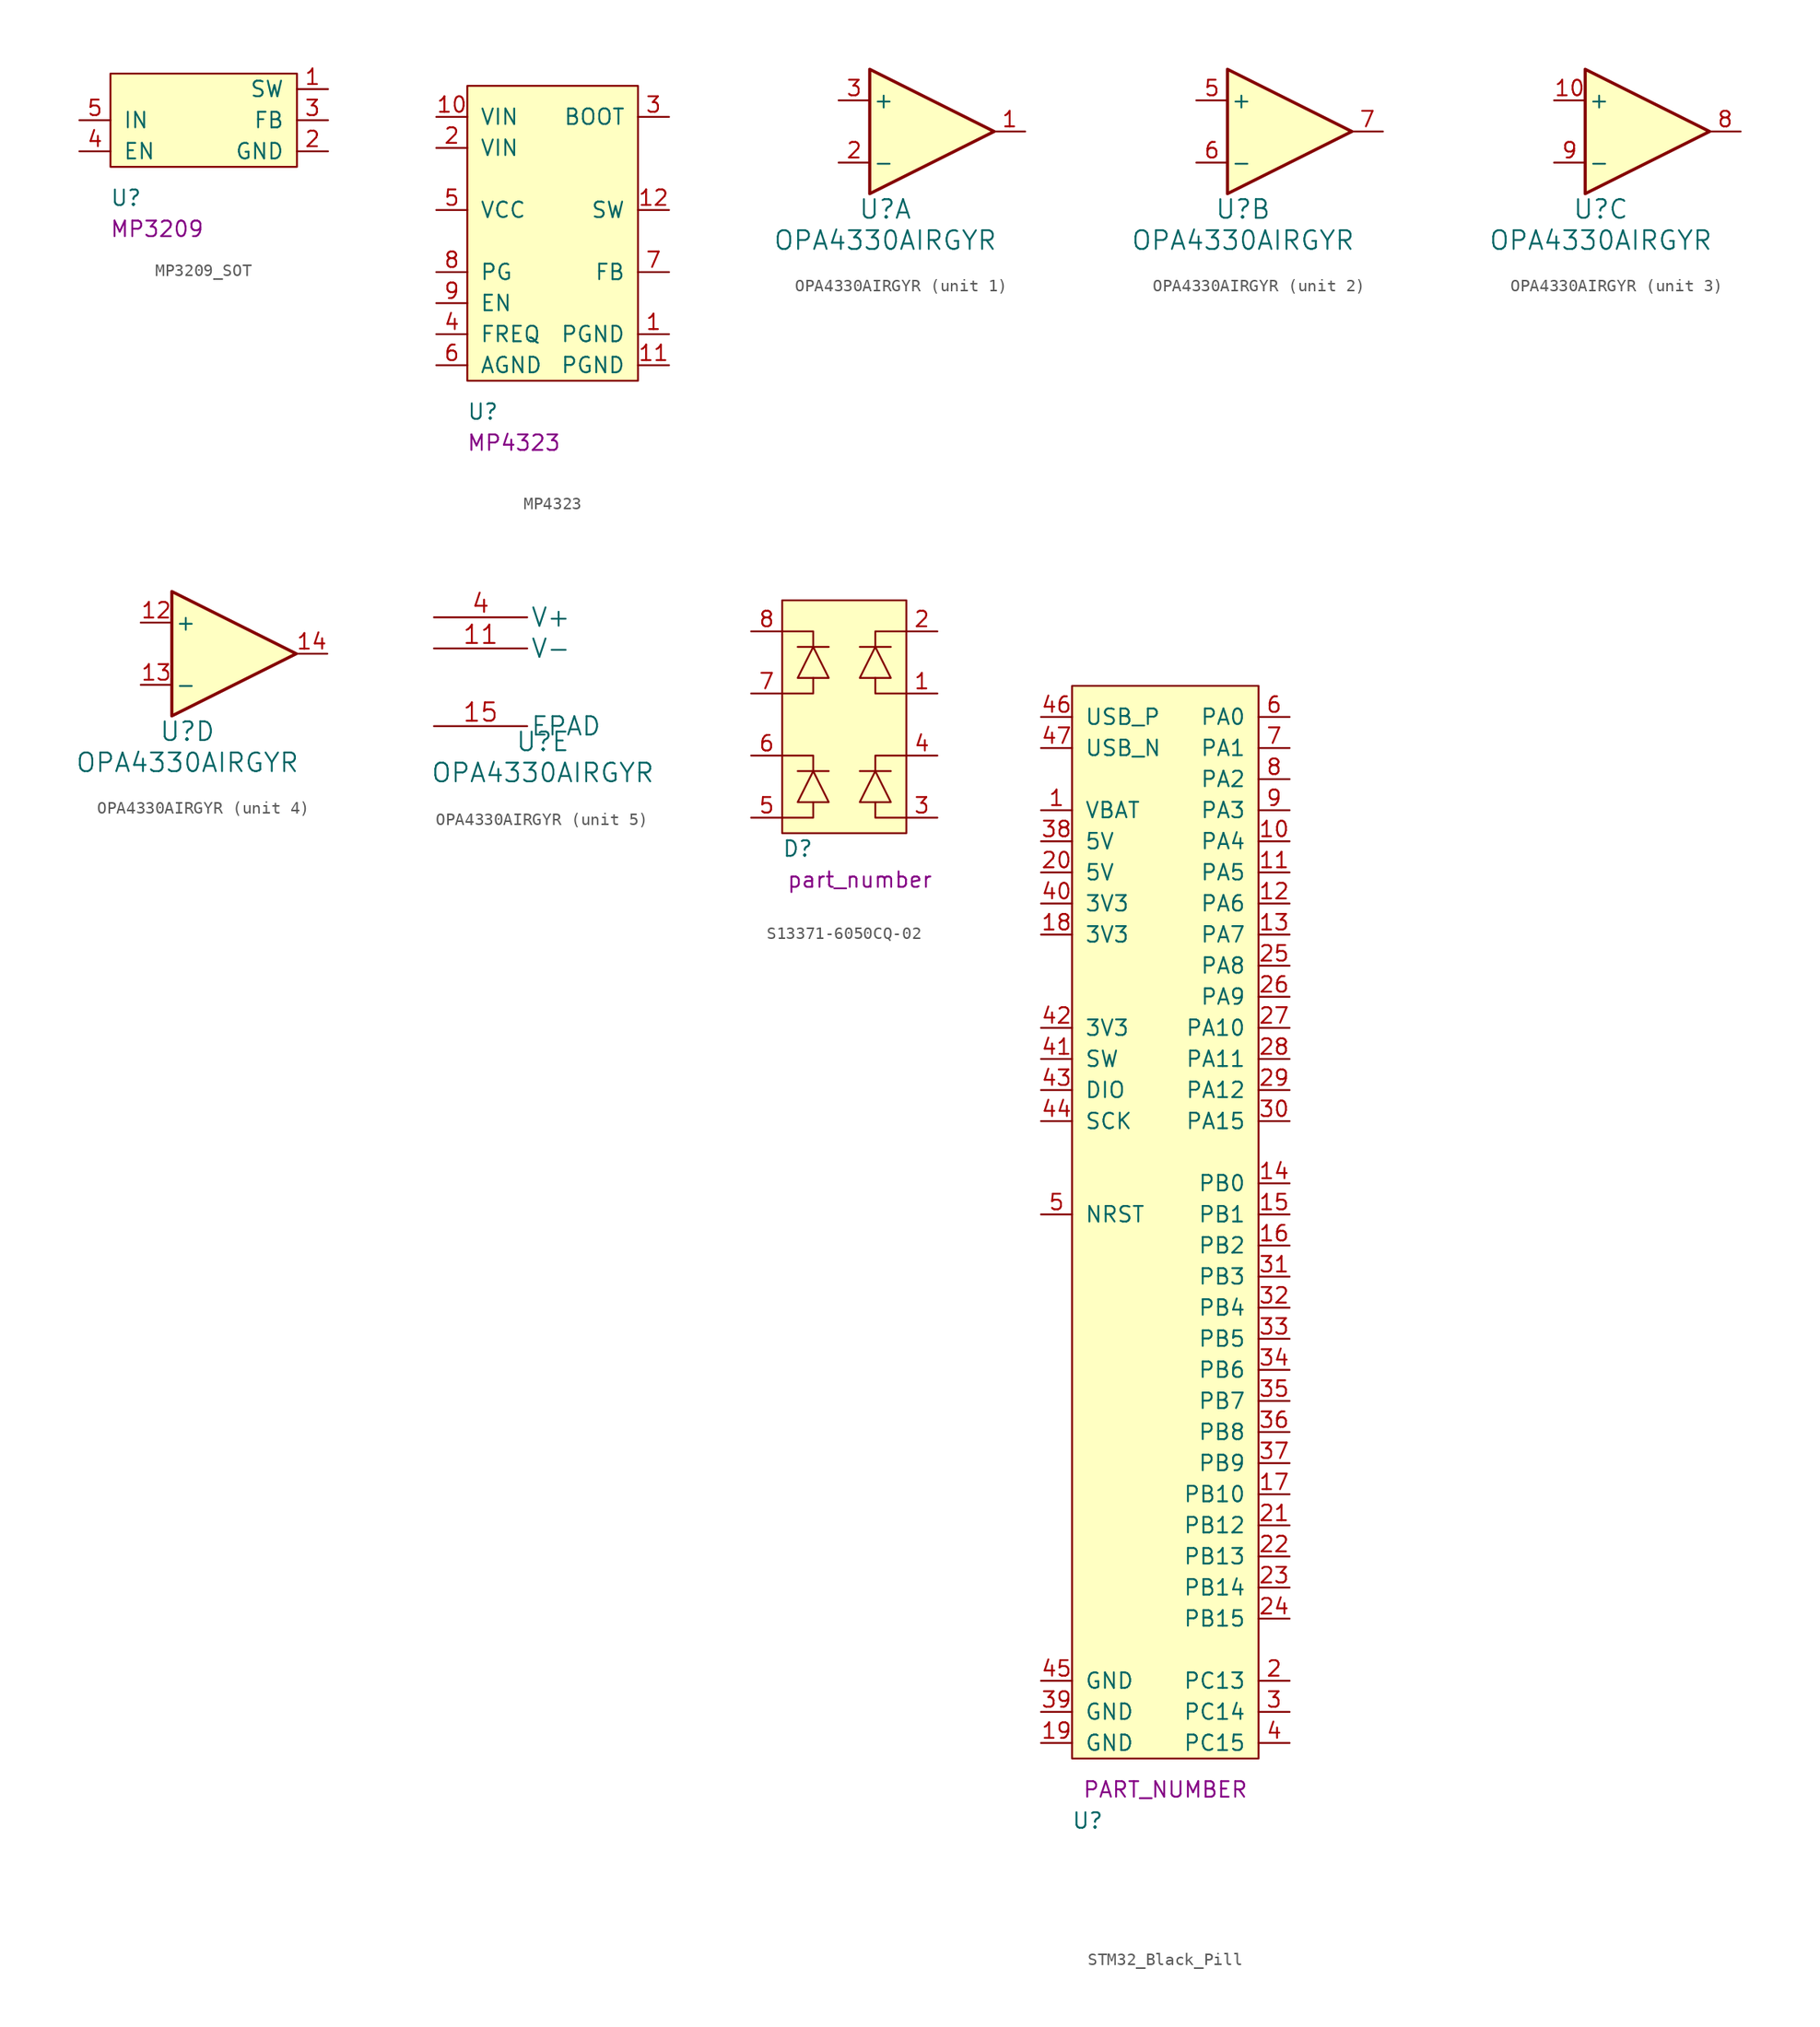
<source format=kicad_sym>
(kicad_symbol_lib
  (version 20220914)
  (generator kicad_symbol_editor)
  (symbol "MP3209_SOT"
    (pin_names
      (offset 1.016))
    (property "Reference" "U"
      (at 1.27 -2.54 0)
      (effects (font (size 1.27 1.27))))
    (property "manufacturer_part_number" "MP3209"
      (at 3.81 -5.08 0)
      (effects (font (size 1.27 1.27))))
    (symbol "MP3209_SOT_0_0"
      (pin bidirectional line (at 17.78 6.35 180) (length 2.54) (name "SW" (effects (font (size 1.27 1.27)))) (number "1" (effects (font (size 1.27 1.27)))))
      (pin bidirectional line (at 17.78 1.27 180) (length 2.54) (name "GND" (effects (font (size 1.27 1.27)))) (number "2" (effects (font (size 1.27 1.27)))))
      (pin bidirectional line (at 17.78 3.81 180) (length 2.54) (name "FB" (effects (font (size 1.27 1.27)))) (number "3" (effects (font (size 1.27 1.27)))))
      (pin bidirectional line (at -2.54 1.27 0) (length 2.54) (name "EN" (effects (font (size 1.27 1.27)))) (number "4" (effects (font (size 1.27 1.27)))))
      (pin bidirectional line (at -2.54 3.81 0) (length 2.54) (name "IN" (effects (font (size 1.27 1.27)))) (number "5" (effects (font (size 1.27 1.27))))))
    (symbol "MP3209_SOT_0_1"
      (rectangle (start 0 7.62) (end 15.24 0) (stroke (width 0) (type solid)) (fill (type background)))))
  (symbol "MP4323"
    (pin_names
      (offset 1.016))
    (property "Reference" "U"
      (at 1.27 -2.54 0)
      (effects (font (size 1.27 1.27))))
    (property "manufacturer_part_number" "MP4323"
      (at 3.81 -5.08 0)
      (effects (font (size 1.27 1.27))))
    (symbol "MP4323_0_0"
      (pin bidirectional line (at 16.51 3.81 180) (length 2.54) (name "PGND" (effects (font (size 1.27 1.27)))) (number "1" (effects (font (size 1.27 1.27)))))
      (pin bidirectional line (at -2.54 19.05 0) (length 2.54) (name "VIN" (effects (font (size 1.27 1.27)))) (number "2" (effects (font (size 1.27 1.27)))))
      (pin bidirectional line (at 16.51 21.59 180) (length 2.54) (name "BOOT" (effects (font (size 1.27 1.27)))) (number "3" (effects (font (size 1.27 1.27)))))
      (pin bidirectional line (at -2.54 3.81 0) (length 2.54) (name "FREQ" (effects (font (size 1.27 1.27)))) (number "4" (effects (font (size 1.27 1.27)))))
      (pin bidirectional line (at -2.54 13.97 0) (length 2.54) (name "VCC" (effects (font (size 1.27 1.27)))) (number "5" (effects (font (size 1.27 1.27))))))
    (symbol "MP4323_0_1"
      (rectangle (start 0 24.13) (end 13.97 0) (stroke (width 0) (type solid)) (fill (type background))))
    (symbol "MP4323_1_1"
      (pin bidirectional line (at -2.54 21.59 0) (length 2.54) (name "VIN" (effects (font (size 1.27 1.27)))) (number "10" (effects (font (size 1.27 1.27)))))
      (pin bidirectional line (at 16.51 1.27 180) (length 2.54) (name "PGND" (effects (font (size 1.27 1.27)))) (number "11" (effects (font (size 1.27 1.27)))))
      (pin bidirectional line (at 16.51 13.97 180) (length 2.54) (name "SW" (effects (font (size 1.27 1.27)))) (number "12" (effects (font (size 1.27 1.27)))))
      (pin bidirectional line (at -2.54 1.27 0) (length 2.54) (name "AGND" (effects (font (size 1.27 1.27)))) (number "6" (effects (font (size 1.27 1.27)))))
      (pin bidirectional line (at 16.51 8.89 180) (length 2.54) (name "FB" (effects (font (size 1.27 1.27)))) (number "7" (effects (font (size 1.27 1.27)))))
      (pin bidirectional line (at -2.54 8.89 0) (length 2.54) (name "PG" (effects (font (size 1.27 1.27)))) (number "8" (effects (font (size 1.27 1.27)))))
      (pin bidirectional line (at -2.54 6.35 0) (length 2.54) (name "EN" (effects (font (size 1.27 1.27)))) (number "9" (effects (font (size 1.27 1.27)))))))
  (symbol "OPA4330AIRGYR"
    (pin_names
      (offset 0.254))
    (property "Reference" "U"
      (at 1.27 -1.27 0)
      (effects (font (size 1.524 1.524))))
    (property "Value" "OPA4330AIRGYR"
      (at 1.27 -3.81 0)
      (effects (font (size 1.524 1.524))))
    (property "Datasheet" ""
      (at 0 0 0)
      (effects (font (size 1.524 1.524))))
    (property "ki_locked" ""
      (at 0 0 0)
      (effects (font (size 1.27 1.27))))
    (symbol "OPA4330AIRGYR_1_1"
      (polyline (pts (xy 0 10.16) (xy 10.16 5.08) (xy 0 0) (xy 0 10.16)) (stroke (width 0.254) (type solid)) (fill (type background)))
      (pin output line (at 12.7 5.08 180) (length 2.54) (name "~" (effects (font (size 1.27 1.27)))) (number "1" (effects (font (size 1.27 1.27)))))
      (pin input line (at -2.54 2.54 0) (length 2.54) (name "-" (effects (font (size 1.27 1.27)))) (number "2" (effects (font (size 1.27 1.27)))))
      (pin input line (at -2.54 7.62 0) (length 2.54) (name "+" (effects (font (size 1.27 1.27)))) (number "3" (effects (font (size 1.27 1.27))))))
    (symbol "OPA4330AIRGYR_2_1"
      (polyline (pts (xy 0 10.16) (xy 10.16 5.08) (xy 0 0) (xy 0 10.16)) (stroke (width 0.254) (type solid)) (fill (type background)))
      (pin input line (at -2.54 7.62 0) (length 2.54) (name "+" (effects (font (size 1.27 1.27)))) (number "5" (effects (font (size 1.27 1.27)))))
      (pin input line (at -2.54 2.54 0) (length 2.54) (name "-" (effects (font (size 1.27 1.27)))) (number "6" (effects (font (size 1.27 1.27)))))
      (pin output line (at 12.7 5.08 180) (length 2.54) (name "~" (effects (font (size 1.27 1.27)))) (number "7" (effects (font (size 1.27 1.27))))))
    (symbol "OPA4330AIRGYR_3_1"
      (polyline (pts (xy 0 10.16) (xy 10.16 5.08) (xy 0 0) (xy 0 10.16)) (stroke (width 0.254) (type solid)) (fill (type background)))
      (pin input line (at -2.54 7.62 0) (length 2.54) (name "+" (effects (font (size 1.27 1.27)))) (number "10" (effects (font (size 1.27 1.27)))))
      (pin output line (at 12.7 5.08 180) (length 2.54) (name "~" (effects (font (size 1.27 1.27)))) (number "8" (effects (font (size 1.27 1.27)))))
      (pin input line (at -2.54 2.54 0) (length 2.54) (name "-" (effects (font (size 1.27 1.27)))) (number "9" (effects (font (size 1.27 1.27))))))
    (symbol "OPA4330AIRGYR_4_1"
      (polyline (pts (xy 0 10.16) (xy 10.16 5.08) (xy 0 0) (xy 0 10.16)) (stroke (width 0.254) (type solid)) (fill (type background)))
      (pin input line (at -2.54 7.62 0) (length 2.54) (name "+" (effects (font (size 1.27 1.27)))) (number "12" (effects (font (size 1.27 1.27)))))
      (pin input line (at -2.54 2.54 0) (length 2.54) (name "-" (effects (font (size 1.27 1.27)))) (number "13" (effects (font (size 1.27 1.27)))))
      (pin output line (at 12.7 5.08 180) (length 2.54) (name "~" (effects (font (size 1.27 1.27)))) (number "14" (effects (font (size 1.27 1.27))))))
    (symbol "OPA4330AIRGYR_5_1"
      (pin power_in line (at -7.62 6.35 0) (length 7.62) (name "V-" (effects (font (size 1.499 1.499)))) (number "11" (effects (font (size 1.499 1.499)))))
      (pin unspecified line (at -7.62 0 0) (length 7.62) (name "EPAD" (effects (font (size 1.499 1.499)))) (number "15" (effects (font (size 1.499 1.499)))))
      (pin power_in line (at -7.62 8.89 0) (length 7.62) (name "V+" (effects (font (size 1.499 1.499)))) (number "4" (effects (font (size 1.499 1.499)))))))
  (symbol "S13371-6050CQ-02"
    (pin_names
      (offset 1.016))
    (property "Reference" "D"
      (at 1.27 -1.27 0)
      (effects (font (size 1.27 1.27))))
    (property "manufacturer_part_number" "part_number"
      (at 6.35 -3.81 0)
      (effects (font (size 1.27 1.27))))
    (symbol "S13371-6050CQ-02_0_1"
      (polyline (pts (xy 1.27 15.24) (xy 3.81 15.24)) (stroke (width 0) (type solid)) (fill (type none)))
      (polyline (pts (xy 0 1.27) (xy 2.54 1.27) (xy 2.54 2.54)) (stroke (width 0) (type solid)) (fill (type none)))
      (polyline (pts (xy 0 6.35) (xy 2.54 6.35) (xy 2.54 5.08)) (stroke (width 0) (type solid)) (fill (type none)))
      (polyline (pts (xy 0 11.43) (xy 2.54 11.43) (xy 2.54 12.7)) (stroke (width 0) (type solid)) (fill (type none)))
      (polyline (pts (xy 0 16.51) (xy 2.54 16.51) (xy 2.54 15.24)) (stroke (width 0) (type solid)) (fill (type none)))
      (polyline (pts (xy 7.62 2.54) (xy 7.62 1.27) (xy 10.16 1.27)) (stroke (width 0) (type solid)) (fill (type none)))
      (polyline (pts (xy 7.62 5.08) (xy 7.62 6.35) (xy 10.16 6.35)) (stroke (width 0) (type solid)) (fill (type none)))
      (polyline (pts (xy 7.62 12.7) (xy 7.62 11.43) (xy 10.16 11.43)) (stroke (width 0) (type solid)) (fill (type none)))
      (polyline (pts (xy 7.62 15.24) (xy 7.62 16.51) (xy 10.16 16.51)) (stroke (width 0) (type solid)) (fill (type none)))
      (polyline (pts (xy 1.27 12.7) (xy 3.81 12.7) (xy 2.54 15.24) (xy 1.27 12.7)) (stroke (width 0) (type solid)) (fill (type none)))
      (rectangle (start 0 19.05) (end 10.16 0) (stroke (width 0) (type solid)) (fill (type background))))
    (symbol "S13371-6050CQ-02_1_1"
      (polyline (pts (xy 1.27 5.08) (xy 3.81 5.08)) (stroke (width 0) (type solid)) (fill (type none)))
      (polyline (pts (xy 6.35 5.08) (xy 8.89 5.08)) (stroke (width 0) (type solid)) (fill (type none)))
      (polyline (pts (xy 6.35 15.24) (xy 8.89 15.24)) (stroke (width 0) (type solid)) (fill (type none)))
      (polyline (pts (xy 1.27 2.54) (xy 3.81 2.54) (xy 2.54 5.08) (xy 1.27 2.54)) (stroke (width 0) (type solid)) (fill (type none)))
      (polyline (pts (xy 6.35 2.54) (xy 8.89 2.54) (xy 7.62 5.08) (xy 6.35 2.54)) (stroke (width 0) (type solid)) (fill (type none)))
      (polyline (pts (xy 6.35 12.7) (xy 8.89 12.7) (xy 7.62 15.24) (xy 6.35 12.7)) (stroke (width 0) (type solid)) (fill (type none)))
      (pin bidirectional line (at 12.7 11.43 180) (length 2.54) (name "~" (effects (font (size 1.27 1.27)))) (number "1" (effects (font (size 1.27 1.27)))))
      (pin bidirectional line (at 12.7 16.51 180) (length 2.54) (name "~" (effects (font (size 1.27 1.27)))) (number "2" (effects (font (size 1.27 1.27)))))
      (pin bidirectional line (at 12.7 1.27 180) (length 2.54) (name "~" (effects (font (size 1.27 1.27)))) (number "3" (effects (font (size 1.27 1.27)))))
      (pin bidirectional line (at 12.7 6.35 180) (length 2.54) (name "~" (effects (font (size 1.27 1.27)))) (number "4" (effects (font (size 1.27 1.27)))))
      (pin bidirectional line (at -2.54 1.27 0) (length 2.54) (name "~" (effects (font (size 1.27 1.27)))) (number "5" (effects (font (size 1.27 1.27)))))
      (pin bidirectional line (at -2.54 6.35 0) (length 2.54) (name "~" (effects (font (size 1.27 1.27)))) (number "6" (effects (font (size 1.27 1.27)))))
      (pin bidirectional line (at -2.54 11.43 0) (length 2.54) (name "~" (effects (font (size 1.27 1.27)))) (number "7" (effects (font (size 1.27 1.27)))))
      (pin bidirectional line (at -2.54 16.51 0) (length 2.54) (name "~" (effects (font (size 1.27 1.27)))) (number "8" (effects (font (size 1.27 1.27)))))))
  (symbol "STM32_Black_Pill"
    (pin_names
      (offset 1.016))
    (property "Reference" "U"
      (at 1.27 -5.08 0)
      (effects (font (size 1.27 1.27))))
    (property "manufacturer_part_number" "PART_NUMBER"
      (at 7.62 -2.54 0)
      (effects (font (size 1.27 1.27))))
    (symbol "STM32_Black_Pill_0_0"
      (pin power_in line (at -2.54 77.47 0) (length 2.54) (name "VBAT" (effects (font (size 1.27 1.27)))) (number "1" (effects (font (size 1.27 1.27)))))
      (pin bidirectional line (at 17.78 74.93 180) (length 2.54) (name "PA4" (effects (font (size 1.27 1.27)))) (number "10" (effects (font (size 1.27 1.27)))))
      (pin bidirectional line (at 17.78 72.39 180) (length 2.54) (name "PA5" (effects (font (size 1.27 1.27)))) (number "11" (effects (font (size 1.27 1.27)))))
      (pin bidirectional line (at 17.78 69.85 180) (length 2.54) (name "PA6" (effects (font (size 1.27 1.27)))) (number "12" (effects (font (size 1.27 1.27)))))
      (pin bidirectional line (at 17.78 67.31 180) (length 2.54) (name "PA7" (effects (font (size 1.27 1.27)))) (number "13" (effects (font (size 1.27 1.27)))))
      (pin bidirectional line (at 17.78 46.99 180) (length 2.54) (name "PB0" (effects (font (size 1.27 1.27)))) (number "14" (effects (font (size 1.27 1.27)))))
      (pin bidirectional line (at 17.78 44.45 180) (length 2.54) (name "PB1" (effects (font (size 1.27 1.27)))) (number "15" (effects (font (size 1.27 1.27)))))
      (pin bidirectional line (at 17.78 41.91 180) (length 2.54) (name "PB2" (effects (font (size 1.27 1.27)))) (number "16" (effects (font (size 1.27 1.27)))))
      (pin bidirectional line (at 17.78 21.59 180) (length 2.54) (name "PB10" (effects (font (size 1.27 1.27)))) (number "17" (effects (font (size 1.27 1.27)))))
      (pin power_out line (at -2.54 67.31 0) (length 2.54) (name "3V3" (effects (font (size 1.27 1.27)))) (number "18" (effects (font (size 1.27 1.27)))))
      (pin power_out line (at -2.54 1.27 0) (length 2.54) (name "GND" (effects (font (size 1.27 1.27)))) (number "19" (effects (font (size 1.27 1.27)))))
      (pin bidirectional line (at 17.78 6.35 180) (length 2.54) (name "PC13" (effects (font (size 1.27 1.27)))) (number "2" (effects (font (size 1.27 1.27)))))
      (pin power_in line (at -2.54 72.39 0) (length 2.54) (name "5V" (effects (font (size 1.27 1.27)))) (number "20" (effects (font (size 1.27 1.27)))))
      (pin bidirectional line (at 17.78 19.05 180) (length 2.54) (name "PB12" (effects (font (size 1.27 1.27)))) (number "21" (effects (font (size 1.27 1.27)))))
      (pin bidirectional line (at 17.78 16.51 180) (length 2.54) (name "PB13" (effects (font (size 1.27 1.27)))) (number "22" (effects (font (size 1.27 1.27)))))
      (pin bidirectional line (at 17.78 13.97 180) (length 2.54) (name "PB14" (effects (font (size 1.27 1.27)))) (number "23" (effects (font (size 1.27 1.27)))))
      (pin bidirectional line (at 17.78 11.43 180) (length 2.54) (name "PB15" (effects (font (size 1.27 1.27)))) (number "24" (effects (font (size 1.27 1.27)))))
      (pin bidirectional line (at 17.78 64.77 180) (length 2.54) (name "PA8" (effects (font (size 1.27 1.27)))) (number "25" (effects (font (size 1.27 1.27)))))
      (pin bidirectional line (at 17.78 62.23 180) (length 2.54) (name "PA9" (effects (font (size 1.27 1.27)))) (number "26" (effects (font (size 1.27 1.27)))))
      (pin bidirectional line (at 17.78 59.69 180) (length 2.54) (name "PA10" (effects (font (size 1.27 1.27)))) (number "27" (effects (font (size 1.27 1.27)))))
      (pin bidirectional line (at 17.78 57.15 180) (length 2.54) (name "PA11" (effects (font (size 1.27 1.27)))) (number "28" (effects (font (size 1.27 1.27)))))
      (pin bidirectional line (at 17.78 54.61 180) (length 2.54) (name "PA12" (effects (font (size 1.27 1.27)))) (number "29" (effects (font (size 1.27 1.27)))))
      (pin bidirectional line (at 17.78 3.81 180) (length 2.54) (name "PC14" (effects (font (size 1.27 1.27)))) (number "3" (effects (font (size 1.27 1.27)))))
      (pin bidirectional line (at 17.78 52.07 180) (length 2.54) (name "PA15" (effects (font (size 1.27 1.27)))) (number "30" (effects (font (size 1.27 1.27)))))
      (pin bidirectional line (at 17.78 39.37 180) (length 2.54) (name "PB3" (effects (font (size 1.27 1.27)))) (number "31" (effects (font (size 1.27 1.27)))))
      (pin bidirectional line (at 17.78 36.83 180) (length 2.54) (name "PB4" (effects (font (size 1.27 1.27)))) (number "32" (effects (font (size 1.27 1.27)))))
      (pin bidirectional line (at 17.78 34.29 180) (length 2.54) (name "PB5" (effects (font (size 1.27 1.27)))) (number "33" (effects (font (size 1.27 1.27)))))
      (pin bidirectional line (at 17.78 31.75 180) (length 2.54) (name "PB6" (effects (font (size 1.27 1.27)))) (number "34" (effects (font (size 1.27 1.27)))))
      (pin bidirectional line (at 17.78 29.21 180) (length 2.54) (name "PB7" (effects (font (size 1.27 1.27)))) (number "35" (effects (font (size 1.27 1.27)))))
      (pin bidirectional line (at 17.78 26.67 180) (length 2.54) (name "PB8" (effects (font (size 1.27 1.27)))) (number "36" (effects (font (size 1.27 1.27)))))
      (pin bidirectional line (at 17.78 24.13 180) (length 2.54) (name "PB9" (effects (font (size 1.27 1.27)))) (number "37" (effects (font (size 1.27 1.27)))))
      (pin power_in line (at -2.54 74.93 0) (length 2.54) (name "5V" (effects (font (size 1.27 1.27)))) (number "38" (effects (font (size 1.27 1.27)))))
      (pin power_out line (at -2.54 3.81 0) (length 2.54) (name "GND" (effects (font (size 1.27 1.27)))) (number "39" (effects (font (size 1.27 1.27)))))
      (pin bidirectional line (at 17.78 1.27 180) (length 2.54) (name "PC15" (effects (font (size 1.27 1.27)))) (number "4" (effects (font (size 1.27 1.27)))))
      (pin power_out line (at -2.54 69.85 0) (length 2.54) (name "3V3" (effects (font (size 1.27 1.27)))) (number "40" (effects (font (size 1.27 1.27)))))
      (pin bidirectional line (at -2.54 57.15 0) (length 2.54) (name "SW" (effects (font (size 1.27 1.27)))) (number "41" (effects (font (size 1.27 1.27)))))
      (pin power_out line (at -2.54 59.69 0) (length 2.54) (name "3V3" (effects (font (size 1.27 1.27)))) (number "42" (effects (font (size 1.27 1.27)))))
      (pin bidirectional line (at -2.54 54.61 0) (length 2.54) (name "DIO" (effects (font (size 1.27 1.27)))) (number "43" (effects (font (size 1.27 1.27)))))
      (pin bidirectional line (at -2.54 52.07 0) (length 2.54) (name "SCK" (effects (font (size 1.27 1.27)))) (number "44" (effects (font (size 1.27 1.27)))))
      (pin power_out line (at -2.54 6.35 0) (length 2.54) (name "GND" (effects (font (size 1.27 1.27)))) (number "45" (effects (font (size 1.27 1.27)))))
      (pin bidirectional line (at -2.54 85.09 0) (length 2.54) (name "USB_P" (effects (font (size 1.27 1.27)))) (number "46" (effects (font (size 1.27 1.27)))))
      (pin bidirectional line (at -2.54 82.55 0) (length 2.54) (name "USB_N" (effects (font (size 1.27 1.27)))) (number "47" (effects (font (size 1.27 1.27)))))
      (pin input line (at -2.54 44.45 0) (length 2.54) (name "NRST" (effects (font (size 1.27 1.27)))) (number "5" (effects (font (size 1.27 1.27)))))
      (pin bidirectional line (at 17.78 85.09 180) (length 2.54) (name "PA0" (effects (font (size 1.27 1.27)))) (number "6" (effects (font (size 1.27 1.27)))))
      (pin bidirectional line (at 17.78 82.55 180) (length 2.54) (name "PA1" (effects (font (size 1.27 1.27)))) (number "7" (effects (font (size 1.27 1.27)))))
      (pin bidirectional line (at 17.78 80.01 180) (length 2.54) (name "PA2" (effects (font (size 1.27 1.27)))) (number "8" (effects (font (size 1.27 1.27)))))
      (pin bidirectional line (at 17.78 77.47 180) (length 2.54) (name "PA3" (effects (font (size 1.27 1.27)))) (number "9" (effects (font (size 1.27 1.27))))))
    (symbol "STM32_Black_Pill_0_1"
      (rectangle (start 0 87.63) (end 15.24 0) (stroke (width 0) (type solid)) (fill (type background))))))
</source>
